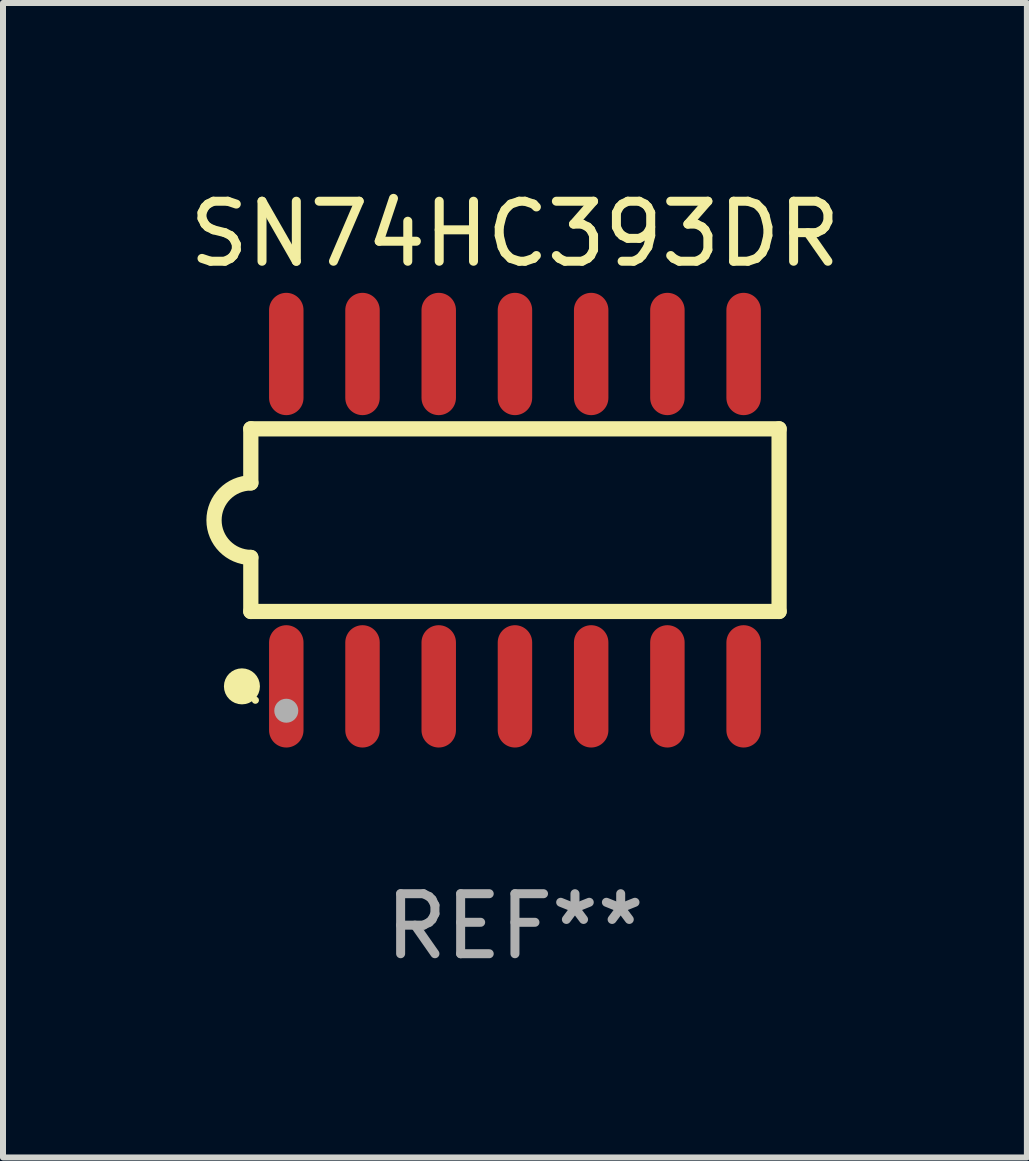
<source format=kicad_pcb>
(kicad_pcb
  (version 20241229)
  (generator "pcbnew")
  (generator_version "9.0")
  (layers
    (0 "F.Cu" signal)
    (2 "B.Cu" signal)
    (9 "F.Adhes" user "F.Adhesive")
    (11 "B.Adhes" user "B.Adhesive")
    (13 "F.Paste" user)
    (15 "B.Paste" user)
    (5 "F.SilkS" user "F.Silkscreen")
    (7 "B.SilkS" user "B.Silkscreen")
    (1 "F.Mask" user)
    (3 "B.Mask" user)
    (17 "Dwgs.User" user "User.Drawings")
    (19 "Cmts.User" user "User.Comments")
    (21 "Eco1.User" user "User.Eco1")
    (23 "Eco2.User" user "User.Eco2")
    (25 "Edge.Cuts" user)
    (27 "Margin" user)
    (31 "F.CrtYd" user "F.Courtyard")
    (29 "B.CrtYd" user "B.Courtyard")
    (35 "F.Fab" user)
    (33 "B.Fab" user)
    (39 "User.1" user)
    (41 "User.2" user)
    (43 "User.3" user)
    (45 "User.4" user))
  (footprint "SN74HC393DR"
    (layer "F.Cu")
    (at 5.53 5.617)
    (property "Reference" "SN74HC393DR" (at 0 -4.769 0) (layer "F.SilkS") (effects (font (size 1 1) (thickness 0.15))))
    (attr through_hole)
    (fp_line (start -4.401 -1.522) (end -4.401 -0.622) (stroke (width 0.254) (type solid)) (layer "F.SilkS"))
    (fp_line (start -4.401 -1.522) (end 4.401 -1.522) (stroke (width 0.254) (type solid)) (layer "F.SilkS"))
    (fp_line (start -4.401 1.521) (end -4.401 0.621) (stroke (width 0.254) (type solid)) (layer "F.SilkS"))
    (fp_line (start 4.401 -1.522) (end 4.401 1.521) (stroke (width 0.254) (type solid)) (layer "F.SilkS"))
    (fp_line (start 4.401 1.521) (end -4.401 1.521) (stroke (width 0.254) (type solid)) (layer "F.SilkS"))
    (fp_arc (start -4.401219 0.621311) (mid -5.021261 -0.000419) (end -4.400101 -0.621032) (stroke (width 0.254001) (type solid)) (layer "F.SilkS"))
    (fp_circle (center -4.549 2.769) (end -4.399 2.769) (stroke (width 0.3) (type solid)) (fill no) (layer "F.SilkS"))
    (fp_circle (center -4.325 3) (end -4.295 3) (stroke (width 0.06) (type solid)) (fill no) (layer "F.SilkS"))
    (fp_circle (center -3.81 3.175) (end -3.71 3.175) (stroke (width 0.2) (type solid)) (fill no) (layer "F.Fab"))
    (fp_text user "REF**" (at 0 6.769 0) (layer "F.Fab") (effects (font (size 1 1) (thickness 0.15))))
    (pad "1" smd oval (at -3.81 2.769) (size 0.574 2.038) (layers "F.Cu" "F.Mask" "F.Paste"))
    (pad "2" smd oval (at -2.54 2.769) (size 0.574 2.038) (layers "F.Cu" "F.Mask" "F.Paste"))
    (pad "3" smd oval (at -1.27 2.769) (size 0.574 2.038) (layers "F.Cu" "F.Mask" "F.Paste"))
    (pad "4" smd oval (at -0.000051 2.769) (size 0.574 2.038) (layers "F.Cu" "F.Mask" "F.Paste"))
    (pad "5" smd oval (at 1.27 2.769) (size 0.574 2.038) (layers "F.Cu" "F.Mask" "F.Paste"))
    (pad "6" smd oval (at 2.54 2.769) (size 0.574 2.038) (layers "F.Cu" "F.Mask" "F.Paste"))
    (pad "7" smd oval (at 3.81 2.769) (size 0.574 2.038) (layers "F.Cu" "F.Mask" "F.Paste"))
    (pad "8" smd oval (at 3.81 -2.769) (size 0.574 2.038) (layers "F.Cu" "F.Mask" "F.Paste"))
    (pad "9" smd oval (at 2.54 -2.769) (size 0.574 2.038) (layers "F.Cu" "F.Mask" "F.Paste"))
    (pad "10" smd oval (at 1.27 -2.769) (size 0.574 2.038) (layers "F.Cu" "F.Mask" "F.Paste"))
    (pad "11" smd oval (at -0.000051 -2.769) (size 0.574 2.038) (layers "F.Cu" "F.Mask" "F.Paste"))
    (pad "12" smd oval (at -1.27 -2.769) (size 0.574 2.038) (layers "F.Cu" "F.Mask" "F.Paste"))
    (pad "13" smd oval (at -2.54 -2.769) (size 0.574 2.038) (layers "F.Cu" "F.Mask" "F.Paste"))
    (pad "14" smd oval (at -3.81 -2.769) (size 0.574 2.038) (layers "F.Cu" "F.Mask" "F.Paste")))
  (gr_rect
    (start -3 -3)
    (end 14.06 16.235)
    (stroke (width 0.1) (type default))
    (fill no)
    (layer "Edge.Cuts")))
</source>
